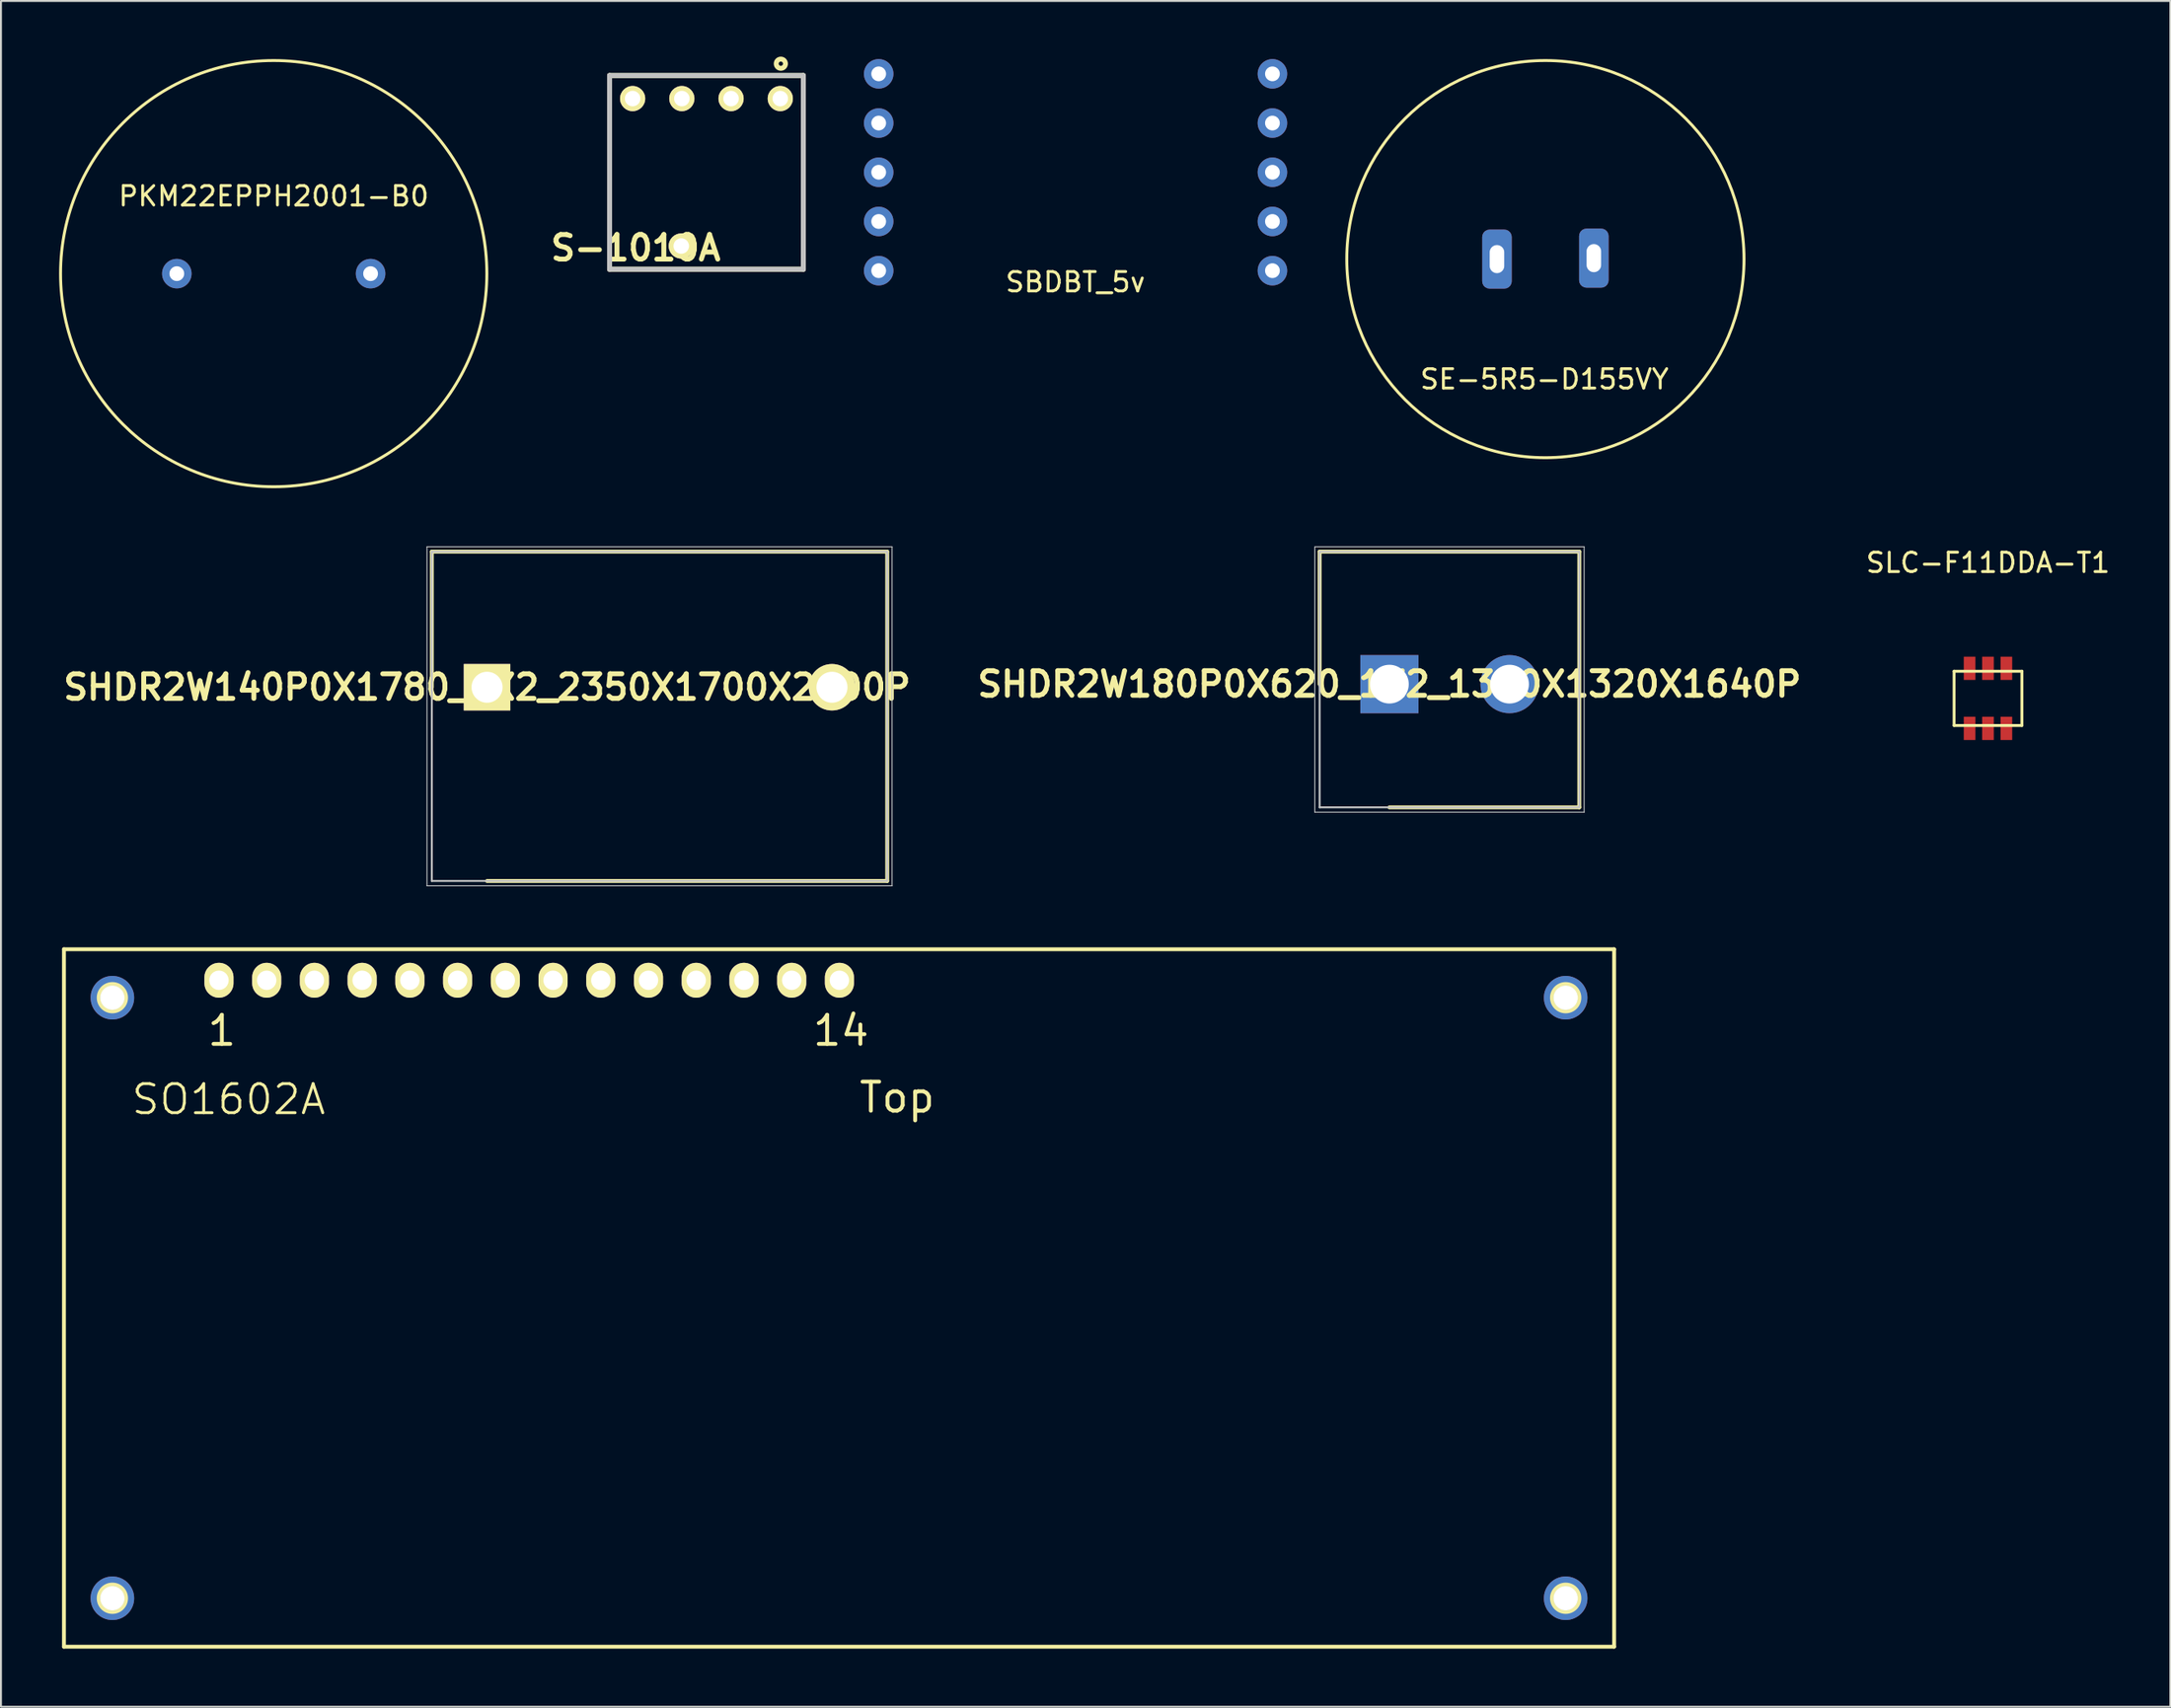
<source format=kicad_pcb>
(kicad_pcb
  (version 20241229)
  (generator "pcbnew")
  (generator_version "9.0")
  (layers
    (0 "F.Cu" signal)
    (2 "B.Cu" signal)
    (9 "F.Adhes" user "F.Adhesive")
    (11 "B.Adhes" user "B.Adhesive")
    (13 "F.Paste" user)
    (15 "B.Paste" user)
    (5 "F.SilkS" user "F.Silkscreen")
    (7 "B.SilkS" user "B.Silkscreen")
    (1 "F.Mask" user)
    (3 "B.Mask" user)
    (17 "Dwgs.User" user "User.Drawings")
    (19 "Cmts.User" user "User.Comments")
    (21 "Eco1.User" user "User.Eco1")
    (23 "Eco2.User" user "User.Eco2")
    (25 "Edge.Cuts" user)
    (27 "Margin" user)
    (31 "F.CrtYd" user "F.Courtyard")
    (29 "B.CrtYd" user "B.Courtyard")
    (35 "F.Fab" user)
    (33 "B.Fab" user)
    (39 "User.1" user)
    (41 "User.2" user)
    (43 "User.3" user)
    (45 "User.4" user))
  (footprint "SLC-F11DDA-T1"
    (layer "F.Cu")
    (at 99.545 32.998)
    (property "Reference" "SLC-F11DDA-T1" (at 0 -7 0) (layer "F.SilkS") (effects (font (size 1 1) (thickness 0.15))))
    (attr through_hole)
    (fp_line (start -1.75 -1.4) (end 1.75 -1.4) (stroke (width 0.15) (type solid)) (layer "F.SilkS"))
    (fp_line (start -1.75 1.4) (end -1.75 -1.4) (stroke (width 0.15) (type solid)) (layer "F.SilkS"))
    (fp_line (start 1.75 -1.4) (end 1.75 1.4) (stroke (width 0.15) (type solid)) (layer "F.SilkS"))
    (fp_line (start 1.75 1.4) (end -1.75 1.4) (stroke (width 0.15) (type solid)) (layer "F.SilkS"))
    (pad "1" smd rect (at -0.95 -1.55) (size 0.6 1.2) (layers "F.Cu" "F.Mask" "F.Paste"))
    (pad "2" smd rect (at -0.95 1.55) (size 0.6 1.2) (layers "F.Cu" "F.Mask" "F.Paste"))
    (pad "3" smd rect (at 0 -1.55) (size 0.6 1.2) (layers "F.Cu" "F.Mask" "F.Paste"))
    (pad "4" smd rect (at 0 1.55) (size 0.6 1.2) (layers "F.Cu" "F.Mask" "F.Paste"))
    (pad "5" smd rect (at 0.95 -1.55) (size 0.6 1.2) (layers "F.Cu" "F.Mask" "F.Paste"))
    (pad "6" smd rect (at 0.95 1.55) (size 0.6 1.2) (layers "F.Cu" "F.Mask" "F.Paste")))
  (footprint "PKM22EPPH2001-B0"
    (layer "F.Cu")
    (at 11.075 11.075)
    (property "Reference" "PKM22EPPH2001-B0" (at 0 -4 0) (layer "F.SilkS") (effects (font (size 1 1) (thickness 0.15))))
    (attr through_hole)
    (fp_circle (center 0 0) (end -11 0) (stroke (width 0.15) (type solid)) (fill no) (layer "F.SilkS"))
    (pad "1" thru_hole circle (at -5 0) (size 1.524 1.524) (drill 0.762) (layers "*.Cu" "*.Mask"))
    (pad "2" thru_hole circle (at 5 0) (size 1.524 1.524) (drill 0.762) (layers "*.Cu" "*.Mask")))
  (footprint "SBDBT_5v"
    (layer "F.Cu")
    (at 52.457 3.302)
    (property "Reference" "SBDBT_5v" (at -0.01 8.21 0) (layer "F.SilkS") (effects (font (size 1 1) (thickness 0.15))))
    (attr through_hole)
    (pad "1" thru_hole circle (at -10.16 -2.54) (size 1.524 1.524) (drill 0.762) (layers "*.Cu" "*.Mask"))
    (pad "2" thru_hole circle (at -10.16 0) (size 1.524 1.524) (drill 0.762) (layers "*.Cu" "*.Mask"))
    (pad "3" thru_hole circle (at -10.16 2.54) (size 1.524 1.524) (drill 0.762) (layers "*.Cu" "*.Mask"))
    (pad "4" thru_hole circle (at -10.16 5.08) (size 1.524 1.524) (drill 0.762) (layers "*.Cu" "*.Mask"))
    (pad "5" thru_hole circle (at -10.16 7.62) (size 1.524 1.524) (drill 0.762) (layers "*.Cu" "*.Mask"))
    (pad "6" thru_hole circle (at 10.16 -2.54) (size 1.524 1.524) (drill 0.762) (layers "*.Cu" "*.Mask"))
    (pad "7" thru_hole circle (at 10.16 0) (size 1.524 1.524) (drill 0.762) (layers "*.Cu" "*.Mask"))
    (pad "8" thru_hole circle (at 10.16 2.54) (size 1.524 1.524) (drill 0.762) (layers "*.Cu" "*.Mask"))
    (pad "9" thru_hole circle (at 10.16 5.08) (size 1.524 1.524) (drill 0.762) (layers "*.Cu" "*.Mask"))
    (pad "10" thru_hole circle (at 10.16 7.62) (size 1.524 1.524) (drill 0.762) (layers "*.Cu" "*.Mask")))
  (footprint "SO1602A"
    (layer "F.Cu")
    (at 0.25 45.95)
    (property "Reference" "SO1602A" (at 8.5 7.75 0) (layer "F.SilkS") (effects (font (size 1.5 1.5) (thickness 0.15))))
    (attr through_hole)
    (fp_line (start 0 0) (end 0 36) (stroke (width 0.2) (type solid)) (layer "F.SilkS"))
    (fp_line (start 0 36) (end 80 36) (stroke (width 0.2) (type solid)) (layer "F.SilkS"))
    (fp_line (start 80 0) (end 0 0) (stroke (width 0.2) (type solid)) (layer "F.SilkS"))
    (fp_line (start 80 36) (end 80 0) (stroke (width 0.2) (type solid)) (layer "F.SilkS"))
    (fp_circle (center 2.5 2.5) (end 3 3) (stroke (width 0.2) (type solid)) (fill no) (layer "F.SilkS"))
    (fp_circle (center 2.5 33.5) (end 3 34) (stroke (width 0.2) (type solid)) (fill no) (layer "F.SilkS"))
    (fp_circle (center 77.5 2.5) (end 78 3) (stroke (width 0.2) (type solid)) (fill no) (layer "F.SilkS"))
    (fp_circle (center 77.5 33.5) (end 78 34) (stroke (width 0.2) (type solid)) (fill no) (layer "F.SilkS"))
    (fp_text user "1" (at 8.15 4.2 0) (layer "F.SilkS") (effects (font (size 1.5 1.5) (thickness 0.2))))
    (fp_text user "14" (at 40.1 4.2 0) (layer "F.SilkS") (effects (font (size 1.5 1.5) (thickness 0.2))))
    (fp_text user "Top" (at 43 7.65 0) (layer "F.SilkS") (effects (font (size 1.5 1.5) (thickness 0.2))))
    (pad "" np_thru_hole circle (at 2.5 2.5) (size 2.25 2.25) (drill 1.25) (layers "*.Cu" "*.Mask"))
    (pad "" np_thru_hole circle (at 2.5 33.5) (size 2.25 2.25) (drill 1.25) (layers "*.Cu" "*.Mask"))
    (pad "" np_thru_hole circle (at 77.5 2.5) (size 2.25 2.25) (drill 1.25) (layers "*.Cu" "*.Mask"))
    (pad "" np_thru_hole circle (at 77.5 33.5) (size 2.25 2.25) (drill 1.25) (layers "*.Cu" "*.Mask"))
    (pad "1" thru_hole oval (at 8 1.6) (size 1.5 1.8) (drill 1) (layers "*.Cu" "*.Mask" "F.SilkS"))
    (pad "2" thru_hole oval (at 10.463 1.6) (size 1.5 1.8) (drill 1) (layers "*.Cu" "*.Mask" "F.SilkS"))
    (pad "3" thru_hole oval (at 12.926 1.6) (size 1.5 1.8) (drill 1) (layers "*.Cu" "*.Mask" "F.SilkS"))
    (pad "4" thru_hole oval (at 15.389 1.6) (size 1.5 1.8) (drill 1) (layers "*.Cu" "*.Mask" "F.SilkS"))
    (pad "5" thru_hole oval (at 17.852 1.6) (size 1.5 1.8) (drill 1) (layers "*.Cu" "*.Mask" "F.SilkS"))
    (pad "6" thru_hole oval (at 20.315 1.6) (size 1.5 1.8) (drill 1) (layers "*.Cu" "*.Mask" "F.SilkS"))
    (pad "7" thru_hole oval (at 22.778 1.6) (size 1.5 1.8) (drill 1) (layers "*.Cu" "*.Mask" "F.SilkS"))
    (pad "8" thru_hole oval (at 25.242 1.6) (size 1.5 1.8) (drill 1) (layers "*.Cu" "*.Mask" "F.SilkS"))
    (pad "9" thru_hole oval (at 27.705 1.6) (size 1.5 1.8) (drill 1) (layers "*.Cu" "*.Mask" "F.SilkS"))
    (pad "10" thru_hole oval (at 30.168 1.6) (size 1.5 1.8) (drill 1) (layers "*.Cu" "*.Mask" "F.SilkS"))
    (pad "11" thru_hole oval (at 32.631 1.6) (size 1.5 1.8) (drill 1) (layers "*.Cu" "*.Mask" "F.SilkS"))
    (pad "12" thru_hole oval (at 35.094 1.6) (size 1.5 1.8) (drill 1) (layers "*.Cu" "*.Mask" "F.SilkS"))
    (pad "13" thru_hole oval (at 37.557 1.6) (size 1.5 1.8) (drill 1) (layers "*.Cu" "*.Mask" "F.SilkS"))
    (pad "14" thru_hole oval (at 40.02 1.6) (size 1.5 1.8) (drill 1) (layers "*.Cu" "*.Mask" "F.SilkS")))
  (footprint "S-1010A"
    (layer "F.Cu")
    (at 33.408 5.849)
    (property "Reference" "S-1010A" (at -3.65 3.9 0) (layer "F.SilkS") (effects (font (size 1.27 1.27) (thickness 0.254))))
    (attr through_hole)
    (fp_line (start -5 -5) (end 5 -5) (stroke (width 0.254) (type solid)) (layer "F.SilkS"))
    (fp_line (start -5 5) (end -5 -5) (stroke (width 0.254) (type solid)) (layer "F.SilkS"))
    (fp_line (start 5 -5) (end 5 5) (stroke (width 0.254) (type solid)) (layer "F.SilkS"))
    (fp_line (start 5 5) (end -5 5) (stroke (width 0.254) (type solid)) (layer "F.SilkS"))
    (fp_circle (center 3.839 -5.611) (end 3.728 -5.611) (stroke (width 0.254) (type solid)) (fill no) (layer "F.SilkS"))
    (fp_line (start -5 -5) (end 5 -5) (stroke (width 0.254) (type solid)) (layer "Dwgs.User"))
    (fp_line (start -5 5) (end -5 -5) (stroke (width 0.254) (type solid)) (layer "Dwgs.User"))
    (fp_line (start 5 -5) (end 5 5) (stroke (width 0.254) (type solid)) (layer "Dwgs.User"))
    (fp_line (start 5 5) (end -5 5) (stroke (width 0.254) (type solid)) (layer "Dwgs.User"))
    (pad "1" thru_hole circle (at -3.81 -3.81 90) (size 1.3 1.3) (drill 0.8) (layers "*.Cu" "*.Mask" "F.SilkS"))
    (pad "2" thru_hole circle (at -1.27 -3.81 90) (size 1.3 1.3) (drill 0.8) (layers "*.Cu" "*.Mask" "F.SilkS"))
    (pad "4" thru_hole circle (at 1.27 -3.81 90) (size 1.3 1.3) (drill 0.8) (layers "*.Cu" "*.Mask" "F.SilkS"))
    (pad "8" thru_hole circle (at 3.81 -3.81 90) (size 1.3 1.3) (drill 0.8) (layers "*.Cu" "*.Mask" "F.SilkS"))
    (pad "C" thru_hole circle (at -1.3 3.8 90) (size 1.3 1.3) (drill 0.8) (layers "*.Cu" "*.Mask" "F.SilkS")))
  (footprint "SE-5R5-D155VY"
    (layer "F.Cu")
    (at 76.704 10.325)
    (property "Reference" "SE-5R5-D155VY" (at -0.05 6.2 0) (layer "F.SilkS") (effects (font (size 1 1) (thickness 0.15))))
    (attr through_hole)
    (fp_circle (center 0 0) (end 10.25 0) (stroke (width 0.15) (type solid)) (fill no) (layer "F.SilkS"))
    (pad "1" thru_hole roundrect (at -2.5 0) (size 1.524 3.048) (drill oval 0.75 1.45) (layers "*.Cu" "*.Mask") (roundrect_rratio 0.25))
    (pad "2" thru_hole roundrect (at 2.5 -0.05) (size 1.524 3.048) (drill oval 0.75 1.45) (layers "*.Cu" "*.Mask") (roundrect_rratio 0.25)))
  (footprint "SHDR2W180P0X620_1X2_1340X1320X1640P"
    (layer "F.Cu")
    (at 68.653 32.265)
    (property "Reference" "SHDR2W180P0X620_1X2_1340X1320X1640P" (at 0 0 0) (layer "F.SilkS") (effects (font (size 1.27 1.27) (thickness 0.254))))
    (attr through_hole)
    (fp_line (start -3.6 -6.84) (end -3.6 0) (stroke (width 0.2) (type solid)) (layer "F.SilkS"))
    (fp_line (start 0 6.36) (end 9.8 6.36) (stroke (width 0.2) (type solid)) (layer "F.SilkS"))
    (fp_line (start 9.8 -6.84) (end -3.6 -6.84) (stroke (width 0.2) (type solid)) (layer "F.SilkS"))
    (fp_line (start 9.8 6.36) (end 9.8 -6.84) (stroke (width 0.2) (type solid)) (layer "F.SilkS"))
    (fp_line (start -3.85 -7.09) (end 10.05 -7.09) (stroke (width 0.05) (type solid)) (layer "Dwgs.User"))
    (fp_line (start -3.85 6.61) (end -3.85 -7.09) (stroke (width 0.05) (type solid)) (layer "Dwgs.User"))
    (fp_line (start -3.6 -6.84) (end 9.8 -6.84) (stroke (width 0.1) (type solid)) (layer "Dwgs.User"))
    (fp_line (start -3.6 6.36) (end -3.6 -6.84) (stroke (width 0.1) (type solid)) (layer "Dwgs.User"))
    (fp_line (start 9.8 -6.84) (end 9.8 6.36) (stroke (width 0.1) (type solid)) (layer "Dwgs.User"))
    (fp_line (start 9.8 6.36) (end -3.6 6.36) (stroke (width 0.1) (type solid)) (layer "Dwgs.User"))
    (fp_line (start 10.05 -7.09) (end 10.05 6.61) (stroke (width 0.05) (type solid)) (layer "Dwgs.User"))
    (fp_line (start 10.05 6.61) (end -3.85 6.61) (stroke (width 0.05) (type solid)) (layer "Dwgs.User"))
    (pad "1" thru_hole rect (at 0 0 90) (size 3 3) (drill 2) (layers "*.Cu" "F.Mask"))
    (pad "2" thru_hole circle (at 6.2 0 90) (size 3 3) (drill 2) (layers "*.Cu" "F.Mask")))
  (footprint "SHDR2W140P0X1780_1X2_2350X1700X2500P"
    (layer "F.Cu")
    (at 22.086 32.425)
    (property "Reference" "SHDR2W140P0X1780_1X2_2350X1700X2500P" (at 0 0 0) (layer "F.SilkS") (effects (font (size 1.27 1.27) (thickness 0.254))))
    (attr through_hole)
    (fp_line (start -2.85 -7) (end -2.85 0) (stroke (width 0.2) (type solid)) (layer "F.SilkS"))
    (fp_line (start 0 10) (end 20.65 10) (stroke (width 0.2) (type solid)) (layer "F.SilkS"))
    (fp_line (start 20.65 -7) (end -2.85 -7) (stroke (width 0.2) (type solid)) (layer "F.SilkS"))
    (fp_line (start 20.65 10) (end 20.65 -7) (stroke (width 0.2) (type solid)) (layer "F.SilkS"))
    (fp_line (start -3.1 -7.25) (end 20.9 -7.25) (stroke (width 0.05) (type solid)) (layer "Dwgs.User"))
    (fp_line (start -3.1 10.25) (end -3.1 -7.25) (stroke (width 0.05) (type solid)) (layer "Dwgs.User"))
    (fp_line (start -2.85 -7) (end 20.65 -7) (stroke (width 0.1) (type solid)) (layer "Dwgs.User"))
    (fp_line (start -2.85 10) (end -2.85 -7) (stroke (width 0.1) (type solid)) (layer "Dwgs.User"))
    (fp_line (start 20.65 -7) (end 20.65 10) (stroke (width 0.1) (type solid)) (layer "Dwgs.User"))
    (fp_line (start 20.65 10) (end -2.85 10) (stroke (width 0.1) (type solid)) (layer "Dwgs.User"))
    (fp_line (start 20.9 -7.25) (end 20.9 10.25) (stroke (width 0.05) (type solid)) (layer "Dwgs.User"))
    (fp_line (start 20.9 10.25) (end -3.1 10.25) (stroke (width 0.05) (type solid)) (layer "Dwgs.User"))
    (pad "1" thru_hole rect (at 0 0 90) (size 2.4 2.4) (drill 1.6) (layers "*.Cu" "*.Mask" "F.SilkS"))
    (pad "2" thru_hole circle (at 17.8 0 90) (size 2.4 2.4) (drill 1.6) (layers "*.Cu" "*.Mask" "F.SilkS")))
  (gr_rect
    (start -3 -3)
    (end 108.956 85.05)
    (stroke (width 0.1) (type default))
    (fill no)
    (layer "Edge.Cuts")))
</source>
